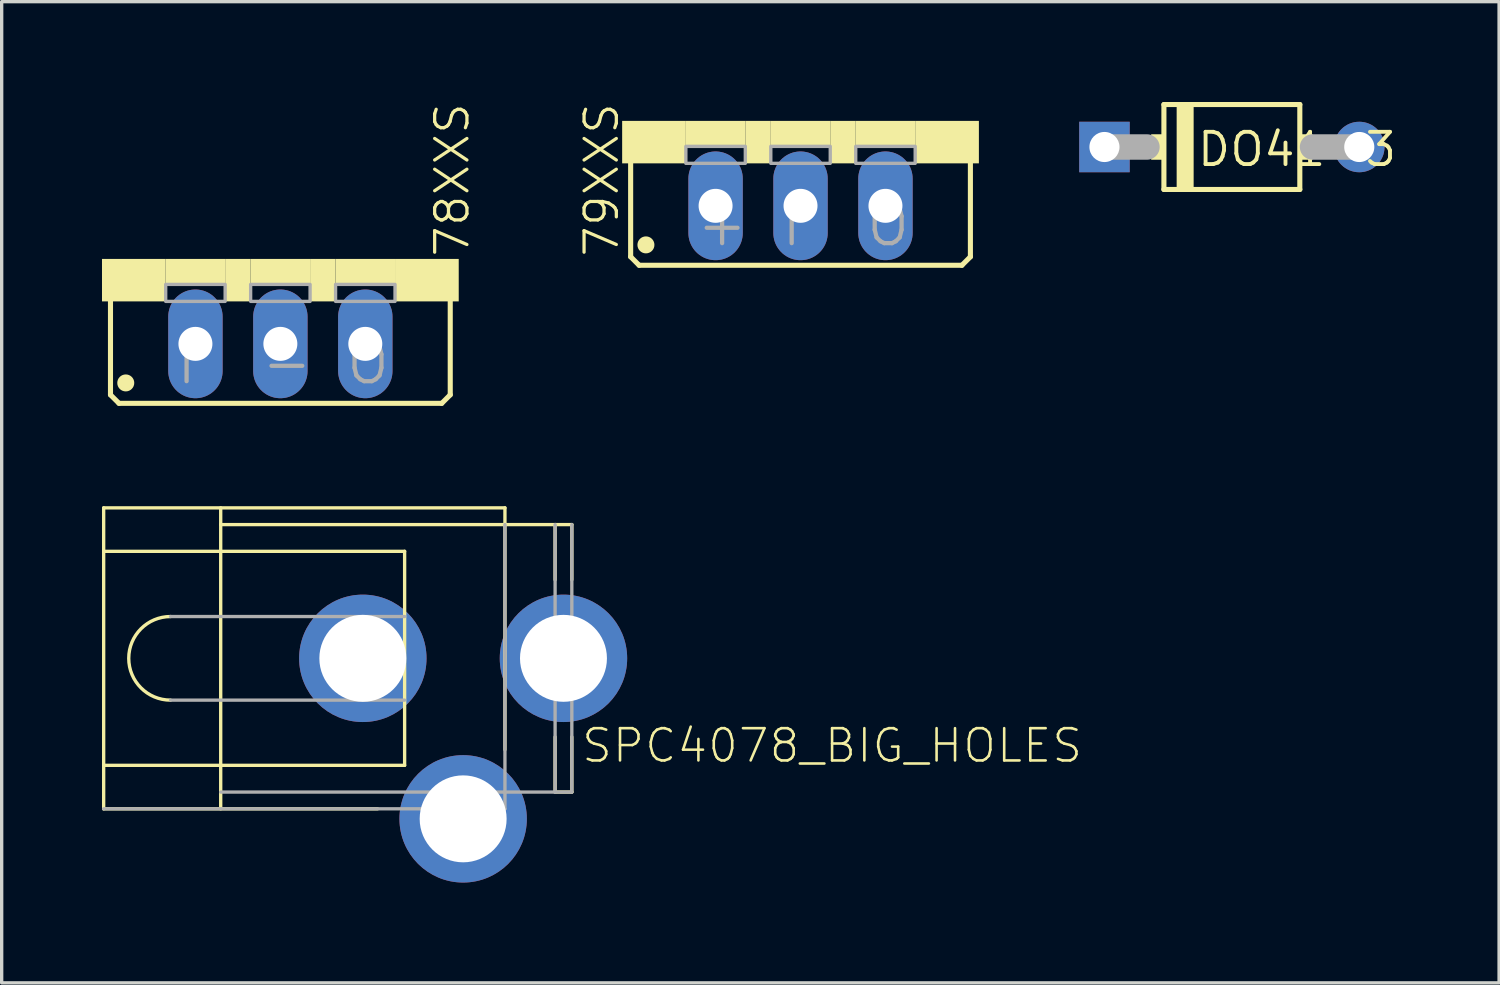
<source format=kicad_pcb>
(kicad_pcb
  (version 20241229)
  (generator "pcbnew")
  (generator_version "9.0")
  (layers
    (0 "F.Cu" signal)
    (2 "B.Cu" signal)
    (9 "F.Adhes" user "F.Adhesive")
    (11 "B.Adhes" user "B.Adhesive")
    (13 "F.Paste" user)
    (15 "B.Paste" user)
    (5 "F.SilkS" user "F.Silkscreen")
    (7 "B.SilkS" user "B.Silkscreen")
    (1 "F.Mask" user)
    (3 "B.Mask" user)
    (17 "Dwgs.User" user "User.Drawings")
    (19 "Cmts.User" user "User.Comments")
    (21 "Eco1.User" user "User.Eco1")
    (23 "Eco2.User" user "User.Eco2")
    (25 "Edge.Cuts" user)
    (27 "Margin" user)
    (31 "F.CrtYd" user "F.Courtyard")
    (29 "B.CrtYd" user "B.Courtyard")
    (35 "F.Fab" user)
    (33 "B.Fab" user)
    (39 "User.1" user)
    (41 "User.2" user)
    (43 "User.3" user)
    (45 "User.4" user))
  (footprint "78XXS"
    (layer "F.Cu")
    (at 5.334 4.693)
    (property "Reference" "78XXS" (at 5.702 0 90) (layer "F.SilkS") (effects (font (size 0.965 0.965) (thickness 0.097)) (justify left bottom)))
    (attr through_hole)
    (fp_line (start -5.08 4.064) (end -5.08 1.143) (stroke (width 0.152) (type solid)) (layer "F.SilkS"))
    (fp_line (start -5.08 4.064) (end -4.826 4.318) (stroke (width 0.152) (type solid)) (layer "F.SilkS"))
    (fp_line (start 4.826 4.318) (end -4.826 4.318) (stroke (width 0.152) (type solid)) (layer "F.SilkS"))
    (fp_line (start 4.826 4.318) (end 5.08 4.064) (stroke (width 0.152) (type solid)) (layer "F.SilkS"))
    (fp_line (start 5.08 1.143) (end 5.08 4.064) (stroke (width 0.152) (type solid)) (layer "F.SilkS"))
    (fp_circle (center -4.623 3.708) (end -4.496 3.708) (stroke (width 0.254) (type solid)) (fill no) (layer "F.SilkS"))
    (fp_poly (pts (xy -5.334 1.27) (xy -3.429 1.27) (xy -3.429 0) (xy -5.334 0)) (stroke (width 0) (type solid)) (fill yes) (layer "F.SilkS"))
    (fp_poly (pts (xy -3.429 0.762) (xy -1.651 0.762) (xy -1.651 0) (xy -3.429 0)) (stroke (width 0) (type solid)) (fill yes) (layer "F.SilkS"))
    (fp_poly (pts (xy -1.651 1.27) (xy -0.889 1.27) (xy -0.889 0) (xy -1.651 0)) (stroke (width 0) (type solid)) (fill yes) (layer "F.SilkS"))
    (fp_poly (pts (xy -0.889 0.762) (xy 0.889 0.762) (xy 0.889 0) (xy -0.889 0)) (stroke (width 0) (type solid)) (fill yes) (layer "F.SilkS"))
    (fp_poly (pts (xy 0.889 1.27) (xy 1.651 1.27) (xy 1.651 0) (xy 0.889 0)) (stroke (width 0) (type solid)) (fill yes) (layer "F.SilkS"))
    (fp_poly (pts (xy 1.651 0.762) (xy 3.429 0.762) (xy 3.429 0) (xy 1.651 0)) (stroke (width 0) (type solid)) (fill yes) (layer "F.SilkS"))
    (fp_poly (pts (xy 3.429 1.27) (xy 5.334 1.27) (xy 5.334 0) (xy 3.429 0)) (stroke (width 0) (type solid)) (fill yes) (layer "F.SilkS"))
    (fp_poly (pts (xy -3.429 1.27) (xy -1.651 1.27) (xy -1.651 0.762) (xy -3.429 0.762)) (stroke (width 0.1) (type solid)) (fill no) (layer "F.Fab"))
    (fp_poly (pts (xy -0.889 1.27) (xy 0.889 1.27) (xy 0.889 0.762) (xy -0.889 0.762)) (stroke (width 0.1) (type solid)) (fill no) (layer "F.Fab"))
    (fp_poly (pts (xy 1.651 1.27) (xy 3.429 1.27) (xy 3.429 0.762) (xy 1.651 0.762)) (stroke (width 0.1) (type solid)) (fill no) (layer "F.Fab"))
    (fp_text user "O" (at 1.905 3.81 0) (layer "F.Fab") (effects (font (size 1.206 1.206) (thickness 0.127)) (justify left bottom)))
    (fp_text user "-" (at -0.635 3.81 0) (layer "F.Fab") (effects (font (size 1.206 1.206) (thickness 0.127)) (justify left bottom)))
    (fp_text user "I" (at -3.175 3.81 0) (layer "F.Fab") (effects (font (size 1.206 1.206) (thickness 0.127)) (justify left bottom)))
    (pad "GND" thru_hole oval (at 0 2.54 90) (size 3.251 1.626) (drill 1.016) (layers "*.Cu" "*.Mask"))
    (pad "IN" thru_hole oval (at -2.54 2.54 90) (size 3.251 1.626) (drill 1.016) (layers "*.Cu" "*.Mask"))
    (pad "OUT" thru_hole oval (at 2.54 2.54 90) (size 3.251 1.626) (drill 1.016) (layers "*.Cu" "*.Mask")))
  (footprint "DO41-3"
    (layer "F.Cu")
    (at 33.788 1.346)
    (property "Reference" "DO41-3" (at -1.092 0.635 180) (layer "F.SilkS") (effects (font (size 0.965 0.965) (thickness 0.116)) (justify left bottom)))
    (attr through_hole)
    (fp_line (start -2.032 -1.27) (end -2.032 1.27) (stroke (width 0.152) (type solid)) (layer "F.SilkS"))
    (fp_line (start -2.032 -1.27) (end 2.032 -1.27) (stroke (width 0.152) (type solid)) (layer "F.SilkS"))
    (fp_line (start 2.032 1.27) (end -2.032 1.27) (stroke (width 0.152) (type solid)) (layer "F.SilkS"))
    (fp_line (start 2.032 1.27) (end 2.032 -1.27) (stroke (width 0.152) (type solid)) (layer "F.SilkS"))
    (fp_poly (pts (xy -2.413 0.381) (xy -2.032 0.381) (xy -2.032 -0.381) (xy -2.413 -0.381)) (stroke (width 0) (type solid)) (fill yes) (layer "F.SilkS"))
    (fp_poly (pts (xy -1.651 1.27) (xy -1.143 1.27) (xy -1.143 -1.27) (xy -1.651 -1.27)) (stroke (width 0) (type solid)) (fill yes) (layer "F.SilkS"))
    (fp_poly (pts (xy 2.032 0.381) (xy 2.413 0.381) (xy 2.413 -0.381) (xy 2.032 -0.381)) (stroke (width 0) (type solid)) (fill yes) (layer "F.SilkS"))
    (fp_line (start -3.81 0) (end -2.54 0) (stroke (width 0.762) (type solid)) (layer "F.Fab"))
    (fp_line (start 3.81 0) (end 2.413 0) (stroke (width 0.762) (type solid)) (layer "F.Fab"))
    (pad "A" thru_hole circle (at 3.81 0) (size 1.51 1.51) (drill 0.9) (layers "*.Cu" "*.Mask"))
    (pad "C" thru_hole rect (at -3.81 0) (size 1.51 1.51) (drill 0.9) (layers "*.Cu" "*.Mask")))
  (footprint "SPC4078_BIG_HOLES"
    (layer "F.Cu")
    (at 8.26 16.637)
    (property "Reference" "SPC4078_BIG_HOLES" (at 6.032 3.175 180) (layer "F.SilkS") (effects (font (size 0.965 0.965) (thickness 0.077)) (justify left bottom)))
    (attr through_hole)
    (fp_line (start -8.21 -4.5) (end 3.79 -4.5) (stroke (width 0.1) (type solid)) (layer "F.SilkS"))
    (fp_line (start -8.21 -3.2) (end -8.21 -4.5) (stroke (width 0.1) (type solid)) (layer "F.SilkS"))
    (fp_line (start -8.21 -3.2) (end 0.79 -3.2) (stroke (width 0.1) (type solid)) (layer "F.SilkS"))
    (fp_line (start -8.21 3.2) (end -8.21 -3.2) (stroke (width 0.1) (type solid)) (layer "F.SilkS"))
    (fp_line (start -8.21 3.2) (end 0.79 3.2) (stroke (width 0.1) (type solid)) (layer "F.SilkS"))
    (fp_line (start -8.21 4.5) (end -8.21 3.2) (stroke (width 0.1) (type solid)) (layer "F.SilkS"))
    (fp_line (start -8.21 4.5) (end -0.02 4.5) (stroke (width 0.1) (type solid)) (layer "F.SilkS"))
    (fp_line (start -4.71 -4) (end -4.71 -4.5) (stroke (width 0.1) (type solid)) (layer "F.SilkS"))
    (fp_line (start -4.71 -4) (end 3.79 -4) (stroke (width 0.1) (type solid)) (layer "F.SilkS"))
    (fp_line (start -4.71 4.5) (end -4.71 -4) (stroke (width 0.1) (type solid)) (layer "F.SilkS"))
    (fp_line (start 0.79 3.2) (end 0.79 -3.2) (stroke (width 0.1) (type solid)) (layer "F.SilkS"))
    (fp_line (start 3.79 -4) (end 3.79 -4.5) (stroke (width 0.1) (type solid)) (layer "F.SilkS"))
    (fp_line (start 3.79 -4) (end 5.29 -4) (stroke (width 0.1) (type solid)) (layer "F.SilkS"))
    (fp_line (start 3.79 2.73) (end 3.79 -4) (stroke (width 0.1) (type solid)) (layer "F.SilkS"))
    (fp_line (start 5.29 -4) (end 5.79 -4) (stroke (width 0.1) (type solid)) (layer "F.SilkS"))
    (fp_line (start 5.29 -2.35) (end 5.29 -4) (stroke (width 0.1) (type solid)) (layer "F.SilkS"))
    (fp_line (start 5.29 4) (end 5.29 2.35) (stroke (width 0.1) (type solid)) (layer "F.SilkS"))
    (fp_line (start 5.29 4) (end 5.79 4) (stroke (width 0.1) (type solid)) (layer "F.SilkS"))
    (fp_line (start 5.79 -2.35) (end 5.79 -4) (stroke (width 0.1) (type solid)) (layer "F.SilkS"))
    (fp_line (start 5.79 4) (end 5.79 2.35) (stroke (width 0.1) (type solid)) (layer "F.SilkS"))
    (fp_arc (start -6.21 1.25) (mid -7.46 0) (end -6.21 -1.25) (stroke (width 0.1) (type solid)) (layer "F.SilkS"))
    (fp_line (start -8.21 4.5) (end 3.79 4.5) (stroke (width 0.1) (type solid)) (layer "F.Fab"))
    (fp_line (start -6.21 -1.25) (end 0.79 -1.25) (stroke (width 0.1) (type solid)) (layer "F.Fab"))
    (fp_line (start -6.21 1.25) (end 0.79 1.25) (stroke (width 0.1) (type solid)) (layer "F.Fab"))
    (fp_line (start -4.71 4) (end 3.79 4) (stroke (width 0.1) (type solid)) (layer "F.Fab"))
    (fp_line (start 3.79 4) (end 3.79 -4) (stroke (width 0.1) (type solid)) (layer "F.Fab"))
    (fp_line (start 3.79 4) (end 5.29 4) (stroke (width 0.1) (type solid)) (layer "F.Fab"))
    (fp_line (start 3.79 4.5) (end 3.79 4) (stroke (width 0.1) (type solid)) (layer "F.Fab"))
    (fp_line (start 5.29 4) (end 5.29 -4) (stroke (width 0.1) (type solid)) (layer "F.Fab"))
    (fp_line (start 5.29 4) (end 5.79 4) (stroke (width 0.1) (type solid)) (layer "F.Fab"))
    (fp_line (start 5.79 4) (end 5.79 -4) (stroke (width 0.1) (type solid)) (layer "F.Fab"))
    (pad "1" thru_hole circle (at -0.46 0 90) (size 3.81 3.81) (drill 2.6) (layers "*.Cu" "*.Mask"))
    (pad "2" thru_hole circle (at 2.54 4.8) (size 3.81 3.81) (drill 2.6) (layers "*.Cu" "*.Mask"))
    (pad "3" thru_hole circle (at 5.54 0 90) (size 3.81 3.81) (drill 2.6) (layers "*.Cu" "*.Mask")))
  (footprint "79XXS"
    (layer "F.Cu")
    (at 20.889 0.565)
    (property "Reference" "79XXS" (at -5.385 4.128 90) (layer "F.SilkS") (effects (font (size 0.965 0.965) (thickness 0.097)) (justify left bottom)))
    (attr through_hole)
    (fp_line (start -5.08 4.064) (end -5.08 1.143) (stroke (width 0.152) (type solid)) (layer "F.SilkS"))
    (fp_line (start -5.08 4.064) (end -4.826 4.318) (stroke (width 0.152) (type solid)) (layer "F.SilkS"))
    (fp_line (start 4.826 4.318) (end -4.826 4.318) (stroke (width 0.152) (type solid)) (layer "F.SilkS"))
    (fp_line (start 4.826 4.318) (end 5.08 4.064) (stroke (width 0.152) (type solid)) (layer "F.SilkS"))
    (fp_line (start 5.08 1.143) (end 5.08 4.064) (stroke (width 0.152) (type solid)) (layer "F.SilkS"))
    (fp_circle (center -4.623 3.708) (end -4.496 3.708) (stroke (width 0.254) (type solid)) (fill no) (layer "F.SilkS"))
    (fp_poly (pts (xy -5.334 1.27) (xy -3.429 1.27) (xy -3.429 0) (xy -5.334 0)) (stroke (width 0) (type solid)) (fill yes) (layer "F.SilkS"))
    (fp_poly (pts (xy -3.429 0.762) (xy -1.651 0.762) (xy -1.651 0) (xy -3.429 0)) (stroke (width 0) (type solid)) (fill yes) (layer "F.SilkS"))
    (fp_poly (pts (xy -1.651 1.27) (xy -0.889 1.27) (xy -0.889 0) (xy -1.651 0)) (stroke (width 0) (type solid)) (fill yes) (layer "F.SilkS"))
    (fp_poly (pts (xy -0.889 0.762) (xy 0.889 0.762) (xy 0.889 0) (xy -0.889 0)) (stroke (width 0) (type solid)) (fill yes) (layer "F.SilkS"))
    (fp_poly (pts (xy 0.889 1.27) (xy 1.651 1.27) (xy 1.651 0) (xy 0.889 0)) (stroke (width 0) (type solid)) (fill yes) (layer "F.SilkS"))
    (fp_poly (pts (xy 1.651 0.762) (xy 3.429 0.762) (xy 3.429 0) (xy 1.651 0)) (stroke (width 0) (type solid)) (fill yes) (layer "F.SilkS"))
    (fp_poly (pts (xy 3.429 1.27) (xy 5.334 1.27) (xy 5.334 0) (xy 3.429 0)) (stroke (width 0) (type solid)) (fill yes) (layer "F.SilkS"))
    (fp_poly (pts (xy -3.429 1.27) (xy -1.651 1.27) (xy -1.651 0.762) (xy -3.429 0.762)) (stroke (width 0.1) (type solid)) (fill no) (layer "F.Fab"))
    (fp_poly (pts (xy -0.889 1.27) (xy 0.889 1.27) (xy 0.889 0.762) (xy -0.889 0.762)) (stroke (width 0.1) (type solid)) (fill no) (layer "F.Fab"))
    (fp_poly (pts (xy 1.651 1.27) (xy 3.429 1.27) (xy 3.429 0.762) (xy 1.651 0.762)) (stroke (width 0.1) (type solid)) (fill no) (layer "F.Fab"))
    (fp_text user "+" (at -3.175 3.81 0) (layer "F.Fab") (effects (font (size 1.206 1.206) (thickness 0.127)) (justify left bottom)))
    (fp_text user "I" (at -0.635 3.81 0) (layer "F.Fab") (effects (font (size 1.206 1.206) (thickness 0.127)) (justify left bottom)))
    (fp_text user "O" (at 1.905 3.81 0) (layer "F.Fab") (effects (font (size 1.206 1.206) (thickness 0.127)) (justify left bottom)))
    (pad "GND" thru_hole oval (at -2.54 2.54 90) (size 3.251 1.626) (drill 1.016) (layers "*.Cu" "*.Mask"))
    (pad "IN" thru_hole oval (at 0 2.54 90) (size 3.251 1.626) (drill 1.016) (layers "*.Cu" "*.Mask"))
    (pad "OUT" thru_hole oval (at 2.54 2.54 90) (size 3.251 1.626) (drill 1.016) (layers "*.Cu" "*.Mask")))
  (gr_rect
    (start -3 -3)
    (end 41.779 26.342)
    (stroke (width 0.1) (type default))
    (fill no)
    (layer "Edge.Cuts")))
</source>
